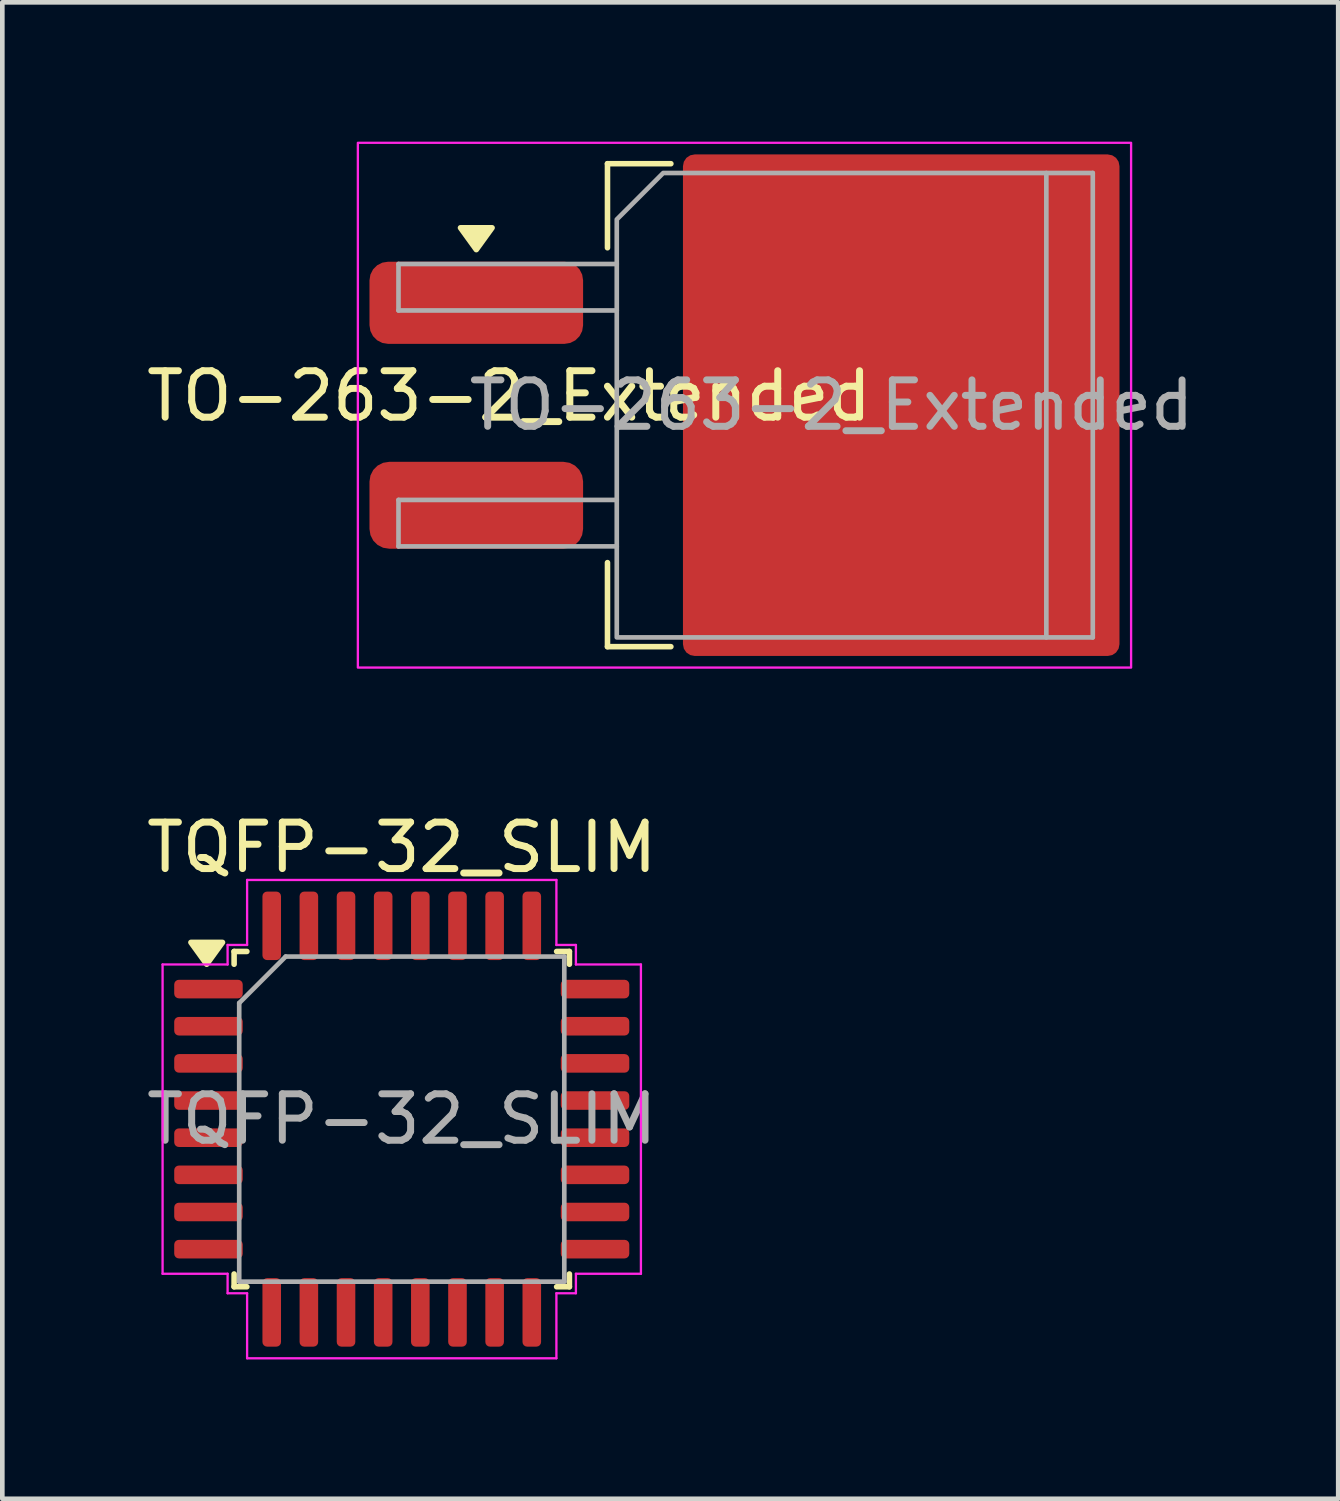
<source format=kicad_pcb>
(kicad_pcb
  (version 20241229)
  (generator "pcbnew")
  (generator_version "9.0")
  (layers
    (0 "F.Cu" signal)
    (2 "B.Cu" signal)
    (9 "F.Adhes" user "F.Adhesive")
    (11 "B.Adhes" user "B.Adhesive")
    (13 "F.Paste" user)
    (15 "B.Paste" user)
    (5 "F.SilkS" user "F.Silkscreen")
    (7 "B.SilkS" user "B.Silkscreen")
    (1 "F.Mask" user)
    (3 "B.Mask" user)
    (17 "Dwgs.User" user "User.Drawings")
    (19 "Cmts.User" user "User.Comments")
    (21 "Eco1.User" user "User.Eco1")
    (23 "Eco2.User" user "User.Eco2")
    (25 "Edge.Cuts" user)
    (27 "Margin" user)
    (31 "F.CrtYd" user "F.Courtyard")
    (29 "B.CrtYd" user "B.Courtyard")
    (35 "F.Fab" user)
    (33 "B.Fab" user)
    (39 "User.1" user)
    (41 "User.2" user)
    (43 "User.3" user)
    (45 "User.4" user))
  (footprint "TO-263-2_Extended"
    (layer "F.Cu")
    (at 14.856 5.675)
    (property "Reference" "TO-263-2_Extended" (at -6.945 -0.197 0) (layer "F.SilkS") (effects (font (size 1 1) (thickness 0.15))))
    (attr smd)
    (fp_line (start -4.825 -5.2) (end -4.825 -3.39) (stroke (width 0.12) (type solid)) (layer "F.SilkS"))
    (fp_line (start -4.825 5.2) (end -4.825 3.39) (stroke (width 0.12) (type solid)) (layer "F.SilkS"))
    (fp_line (start -3.46 -5.2) (end -4.825 -5.2) (stroke (width 0.12) (type solid)) (layer "F.SilkS"))
    (fp_line (start -3.46 5.2) (end -4.825 5.2) (stroke (width 0.12) (type solid)) (layer "F.SilkS"))
    (fp_poly (pts (xy -7.65 -3.35) (xy -7.99 -3.82) (xy -7.31 -3.82)) (stroke (width 0.12) (type solid)) (fill yes) (layer "F.SilkS"))
    (fp_rect (start -10.2 -5.65) (end 6.45 5.65) (stroke (width 0.05) (type solid)) (fill no) (layer "F.CrtYd"))
    (fp_line (start -9.325 -3.04) (end -9.325 -2.04) (stroke (width 0.1) (type solid)) (layer "F.Fab"))
    (fp_line (start -9.325 -2.04) (end -4.625 -2.04) (stroke (width 0.1) (type solid)) (layer "F.Fab"))
    (fp_line (start -9.325 2.04) (end -9.325 3.04) (stroke (width 0.1) (type solid)) (layer "F.Fab"))
    (fp_line (start -9.325 3.04) (end -4.625 3.04) (stroke (width 0.1) (type solid)) (layer "F.Fab"))
    (fp_line (start -4.625 -3.04) (end -9.325 -3.04) (stroke (width 0.1) (type solid)) (layer "F.Fab"))
    (fp_line (start -4.625 2.04) (end -9.325 2.04) (stroke (width 0.1) (type solid)) (layer "F.Fab"))
    (fp_line (start 4.625 -5) (end 5.625 -5) (stroke (width 0.1) (type solid)) (layer "F.Fab"))
    (fp_line (start 5.625 -5) (end 5.625 5) (stroke (width 0.1) (type solid)) (layer "F.Fab"))
    (fp_line (start 5.625 5) (end 4.625 5) (stroke (width 0.1) (type solid)) (layer "F.Fab"))
    (fp_poly (pts (xy 4.625 -5) (xy 4.625 5) (xy -4.625 5) (xy -4.625 -4) (xy -3.625 -5)) (stroke (width 0.1) (type solid)) (fill no) (layer "F.Fab"))
    (fp_text user "${REFERENCE}" (at 0 0 0) (layer "F.Fab") (effects (font (size 1 1) (thickness 0.15))))
    (pad "" smd roundrect (at -0.925 -2.775) (size 4.55 5.25) (layers "F.Paste") (roundrect_rratio 0.055))
    (pad "" smd roundrect (at -0.925 2.775) (size 4.55 5.25) (layers "F.Paste") (roundrect_rratio 0.055))
    (pad "" smd roundrect (at 3.925 -2.775) (size 4.55 5.25) (layers "F.Paste") (roundrect_rratio 0.055))
    (pad "" smd roundrect (at 3.925 2.775) (size 4.55 5.25) (layers "F.Paste") (roundrect_rratio 0.055))
    (pad "1" smd roundrect (at -7.65 -2.205) (size 4.6 1.769) (layers "F.Cu" "F.Mask" "F.Paste") (roundrect_rratio 0.227))
    (pad "2" smd roundrect (at 1.5 0) (size 9.4 10.8) (layers "F.Cu" "F.Mask") (roundrect_rratio 0.027))
    (pad "3" smd roundrect (at -7.65 2.155) (size 4.6 1.871) (layers "F.Cu" "F.Mask" "F.Paste") (roundrect_rratio 0.227)))
  (footprint "TQFP-32_SLIM"
    (layer "F.Cu")
    (at 5.601 21.048)
    (property "Reference" "TQFP-32_SLIM" (at 0 -5.85 0) (layer "F.SilkS") (effects (font (size 1 1) (thickness 0.15))))
    (attr smd)
    (fp_line (start -3.61 -3.61) (end -3.61 -3.335) (stroke (width 0.12) (type solid)) (layer "F.SilkS"))
    (fp_line (start -3.61 3.61) (end -3.61 3.335) (stroke (width 0.12) (type solid)) (layer "F.SilkS"))
    (fp_line (start -3.335 -3.61) (end -3.61 -3.61) (stroke (width 0.12) (type solid)) (layer "F.SilkS"))
    (fp_line (start -3.335 3.61) (end -3.61 3.61) (stroke (width 0.12) (type solid)) (layer "F.SilkS"))
    (fp_line (start 3.335 -3.61) (end 3.61 -3.61) (stroke (width 0.12) (type solid)) (layer "F.SilkS"))
    (fp_line (start 3.335 3.61) (end 3.61 3.61) (stroke (width 0.12) (type solid)) (layer "F.SilkS"))
    (fp_line (start 3.61 -3.61) (end 3.61 -3.335) (stroke (width 0.12) (type solid)) (layer "F.SilkS"))
    (fp_line (start 3.61 3.61) (end 3.61 3.335) (stroke (width 0.12) (type solid)) (layer "F.SilkS"))
    (fp_poly (pts (xy -4.2 -3.335) (xy -4.54 -3.805) (xy -3.86 -3.805)) (stroke (width 0.12) (type solid)) (fill yes) (layer "F.SilkS"))
    (fp_line (start -5.15 -3.33) (end -3.75 -3.33) (stroke (width 0.05) (type solid)) (layer "F.CrtYd"))
    (fp_line (start -5.15 3.33) (end -5.15 -3.33) (stroke (width 0.05) (type solid)) (layer "F.CrtYd"))
    (fp_line (start -3.75 -3.75) (end -3.33 -3.75) (stroke (width 0.05) (type solid)) (layer "F.CrtYd"))
    (fp_line (start -3.75 -3.33) (end -3.75 -3.75) (stroke (width 0.05) (type solid)) (layer "F.CrtYd"))
    (fp_line (start -3.75 3.33) (end -5.15 3.33) (stroke (width 0.05) (type solid)) (layer "F.CrtYd"))
    (fp_line (start -3.75 3.75) (end -3.75 3.33) (stroke (width 0.05) (type solid)) (layer "F.CrtYd"))
    (fp_line (start -3.33 -5.15) (end 3.33 -5.15) (stroke (width 0.05) (type solid)) (layer "F.CrtYd"))
    (fp_line (start -3.33 -3.75) (end -3.33 -5.15) (stroke (width 0.05) (type solid)) (layer "F.CrtYd"))
    (fp_line (start -3.33 3.75) (end -3.75 3.75) (stroke (width 0.05) (type solid)) (layer "F.CrtYd"))
    (fp_line (start -3.33 5.15) (end -3.33 3.75) (stroke (width 0.05) (type solid)) (layer "F.CrtYd"))
    (fp_line (start 3.33 -5.15) (end 3.33 -3.75) (stroke (width 0.05) (type solid)) (layer "F.CrtYd"))
    (fp_line (start 3.33 -3.75) (end 3.75 -3.75) (stroke (width 0.05) (type solid)) (layer "F.CrtYd"))
    (fp_line (start 3.33 3.75) (end 3.33 5.15) (stroke (width 0.05) (type solid)) (layer "F.CrtYd"))
    (fp_line (start 3.33 5.15) (end -3.33 5.15) (stroke (width 0.05) (type solid)) (layer "F.CrtYd"))
    (fp_line (start 3.75 -3.75) (end 3.75 -3.33) (stroke (width 0.05) (type solid)) (layer "F.CrtYd"))
    (fp_line (start 3.75 -3.33) (end 5.15 -3.33) (stroke (width 0.05) (type solid)) (layer "F.CrtYd"))
    (fp_line (start 3.75 3.33) (end 3.75 3.75) (stroke (width 0.05) (type solid)) (layer "F.CrtYd"))
    (fp_line (start 3.75 3.75) (end 3.33 3.75) (stroke (width 0.05) (type solid)) (layer "F.CrtYd"))
    (fp_line (start 5.15 -3.33) (end 5.15 3.33) (stroke (width 0.05) (type solid)) (layer "F.CrtYd"))
    (fp_line (start 5.15 3.33) (end 3.75 3.33) (stroke (width 0.05) (type solid)) (layer "F.CrtYd"))
    (fp_line (start -3.5 -2.5) (end -2.5 -3.5) (stroke (width 0.1) (type solid)) (layer "F.Fab"))
    (fp_line (start -3.5 3.5) (end -3.5 -2.5) (stroke (width 0.1) (type solid)) (layer "F.Fab"))
    (fp_line (start -2.5 -3.5) (end 3.5 -3.5) (stroke (width 0.1) (type solid)) (layer "F.Fab"))
    (fp_line (start 3.5 -3.5) (end 3.5 3.5) (stroke (width 0.1) (type solid)) (layer "F.Fab"))
    (fp_line (start 3.5 3.5) (end -3.5 3.5) (stroke (width 0.1) (type solid)) (layer "F.Fab"))
    (fp_text user "${REFERENCE}" (at 0 0 0) (layer "F.Fab") (effects (font (size 1 1) (thickness 0.15))))
    (pad "1" smd roundrect (at -4.162 -2.8) (size 1.475 0.4) (layers "F.Cu" "F.Mask" "F.Paste") (roundrect_rratio 0.25))
    (pad "2" smd roundrect (at -4.162 -2) (size 1.475 0.4) (layers "F.Cu" "F.Mask" "F.Paste") (roundrect_rratio 0.25))
    (pad "3" smd roundrect (at -4.162 -1.2) (size 1.475 0.4) (layers "F.Cu" "F.Mask" "F.Paste") (roundrect_rratio 0.25))
    (pad "4" smd roundrect (at -4.162 -0.4) (size 1.475 0.4) (layers "F.Cu" "F.Mask" "F.Paste") (roundrect_rratio 0.25))
    (pad "5" smd roundrect (at -4.162 0.4) (size 1.475 0.4) (layers "F.Cu" "F.Mask" "F.Paste") (roundrect_rratio 0.25))
    (pad "6" smd roundrect (at -4.162 1.2) (size 1.475 0.4) (layers "F.Cu" "F.Mask" "F.Paste") (roundrect_rratio 0.25))
    (pad "7" smd roundrect (at -4.162 2) (size 1.475 0.4) (layers "F.Cu" "F.Mask" "F.Paste") (roundrect_rratio 0.25))
    (pad "8" smd roundrect (at -4.162 2.8) (size 1.475 0.4) (layers "F.Cu" "F.Mask" "F.Paste") (roundrect_rratio 0.25))
    (pad "9" smd roundrect (at -2.8 4.162) (size 0.4 1.475) (layers "F.Cu" "F.Mask" "F.Paste") (roundrect_rratio 0.25))
    (pad "10" smd roundrect (at -2 4.162) (size 0.4 1.475) (layers "F.Cu" "F.Mask" "F.Paste") (roundrect_rratio 0.25))
    (pad "11" smd roundrect (at -1.2 4.162) (size 0.4 1.475) (layers "F.Cu" "F.Mask" "F.Paste") (roundrect_rratio 0.25))
    (pad "12" smd roundrect (at -0.4 4.162) (size 0.4 1.475) (layers "F.Cu" "F.Mask" "F.Paste") (roundrect_rratio 0.25))
    (pad "13" smd roundrect (at 0.4 4.162) (size 0.4 1.475) (layers "F.Cu" "F.Mask" "F.Paste") (roundrect_rratio 0.25))
    (pad "14" smd roundrect (at 1.2 4.162) (size 0.4 1.475) (layers "F.Cu" "F.Mask" "F.Paste") (roundrect_rratio 0.25))
    (pad "15" smd roundrect (at 2 4.162) (size 0.4 1.475) (layers "F.Cu" "F.Mask" "F.Paste") (roundrect_rratio 0.25))
    (pad "16" smd roundrect (at 2.8 4.162) (size 0.4 1.475) (layers "F.Cu" "F.Mask" "F.Paste") (roundrect_rratio 0.25))
    (pad "17" smd roundrect (at 4.162 2.8) (size 1.475 0.4) (layers "F.Cu" "F.Mask" "F.Paste") (roundrect_rratio 0.25))
    (pad "18" smd roundrect (at 4.162 2) (size 1.475 0.4) (layers "F.Cu" "F.Mask" "F.Paste") (roundrect_rratio 0.25))
    (pad "19" smd roundrect (at 4.162 1.2) (size 1.475 0.4) (layers "F.Cu" "F.Mask" "F.Paste") (roundrect_rratio 0.25))
    (pad "20" smd roundrect (at 4.162 0.4) (size 1.475 0.4) (layers "F.Cu" "F.Mask" "F.Paste") (roundrect_rratio 0.25))
    (pad "21" smd roundrect (at 4.162 -0.4) (size 1.475 0.4) (layers "F.Cu" "F.Mask" "F.Paste") (roundrect_rratio 0.25))
    (pad "22" smd roundrect (at 4.162 -1.2) (size 1.475 0.4) (layers "F.Cu" "F.Mask" "F.Paste") (roundrect_rratio 0.25))
    (pad "23" smd roundrect (at 4.162 -2) (size 1.475 0.4) (layers "F.Cu" "F.Mask" "F.Paste") (roundrect_rratio 0.25))
    (pad "24" smd roundrect (at 4.162 -2.8) (size 1.475 0.4) (layers "F.Cu" "F.Mask" "F.Paste") (roundrect_rratio 0.25))
    (pad "25" smd roundrect (at 2.8 -4.162) (size 0.4 1.475) (layers "F.Cu" "F.Mask" "F.Paste") (roundrect_rratio 0.25))
    (pad "26" smd roundrect (at 2 -4.162) (size 0.4 1.475) (layers "F.Cu" "F.Mask" "F.Paste") (roundrect_rratio 0.25))
    (pad "27" smd roundrect (at 1.2 -4.162) (size 0.4 1.475) (layers "F.Cu" "F.Mask" "F.Paste") (roundrect_rratio 0.25))
    (pad "28" smd roundrect (at 0.4 -4.162) (size 0.4 1.475) (layers "F.Cu" "F.Mask" "F.Paste") (roundrect_rratio 0.25))
    (pad "29" smd roundrect (at -0.4 -4.162) (size 0.4 1.475) (layers "F.Cu" "F.Mask" "F.Paste") (roundrect_rratio 0.25))
    (pad "30" smd roundrect (at -1.2 -4.162) (size 0.4 1.475) (layers "F.Cu" "F.Mask" "F.Paste") (roundrect_rratio 0.25))
    (pad "31" smd roundrect (at -2 -4.162) (size 0.4 1.475) (layers "F.Cu" "F.Mask" "F.Paste") (roundrect_rratio 0.25))
    (pad "32" smd roundrect (at -2.8 -4.162) (size 0.4 1.475) (layers "F.Cu" "F.Mask" "F.Paste") (roundrect_rratio 0.25)))
  (gr_rect
    (start -3 -3)
    (end 25.766 29.223)
    (stroke (width 0.1) (type default))
    (fill no)
    (layer "Edge.Cuts")))
</source>
